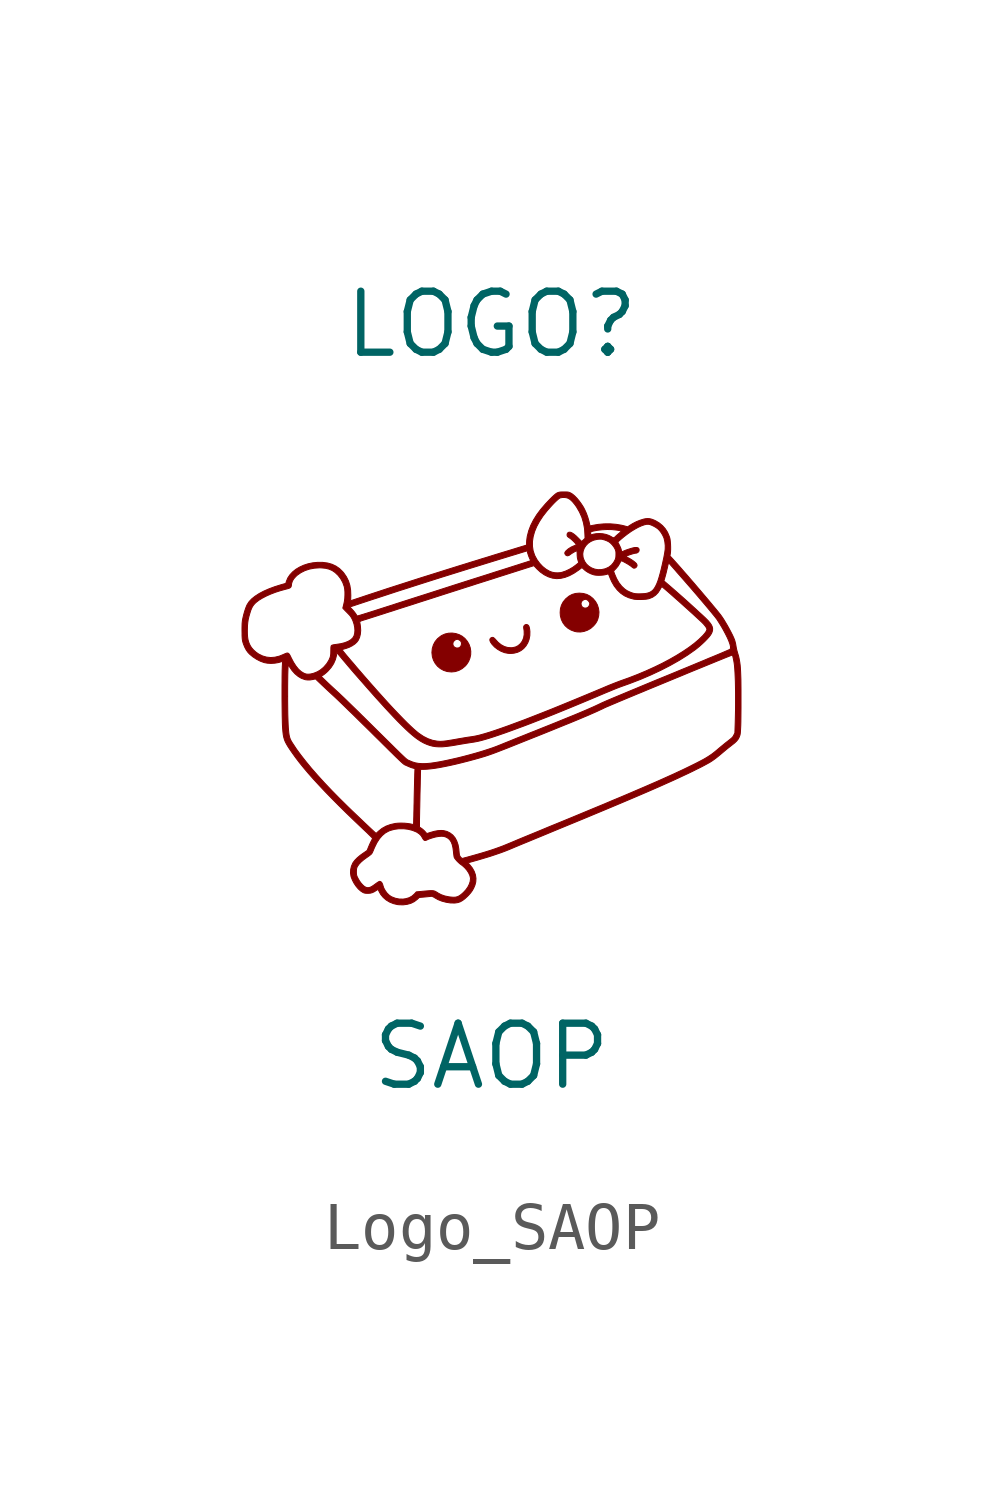
<source format=kicad_sym>
(kicad_symbol_lib
  (version 20231120)
  (generator "kicad_symbol_editor")
  (generator_version "8.0")
  (symbol "Logo_SAOP"
    (pin_names
      (offset 1.016))
    (property "Reference" "LOGO"
      (at 0 7.62 0)
      (effects (font (size 1.27 1.27))))
    (property "Value" "SAOP"
      (at 0 -7.62 0)
      (effects (font (size 1.27 1.27))))
    (symbol "Logo_SAOP_0_0"
      (polyline (pts (xy 0.412 0.769) (xy 0.45 0.772) (xy 0.473 0.775) (xy 0.546 0.794) (xy 0.612 0.827) (xy 0.669 0.871) (xy 0.717 0.926) (xy 0.755 0.99) (xy 0.782 1.061) (xy 0.797 1.139) (xy 0.799 1.222) (xy 0.799 1.223) (xy 0.793 1.278) (xy 0.784 1.32) (xy 0.771 1.348) (xy 0.753 1.364) (xy 0.726 1.372) (xy 0.699 1.365) (xy 0.678 1.346) (xy 0.678 1.345) (xy 0.672 1.333) (xy 0.669 1.319) (xy 0.67 1.298) (xy 0.675 1.266) (xy 0.679 1.238) (xy 0.68 1.161) (xy 0.668 1.091) (xy 0.642 1.028) (xy 0.603 0.973) (xy 0.598 0.969) (xy 0.553 0.93) (xy 0.503 0.904) (xy 0.444 0.89) (xy 0.411 0.887) (xy 0.339 0.892) (xy 0.269 0.912) (xy 0.202 0.948) (xy 0.138 0.999) (xy 0.077 1.066) (xy 0.061 1.083) (xy 0.036 1.101) (xy 0.012 1.103) (xy -0.013 1.092) (xy -0.018 1.088) (xy -0.034 1.066) (xy -0.034 1.038) (xy -0.021 1.005) (xy 0.01 0.96) (xy 0.063 0.903) (xy 0.127 0.854) (xy 0.197 0.814) (xy 0.271 0.785) (xy 0.345 0.771) (xy 0.373 0.769) (xy 0.412 0.769)) (stroke (width 0.01) (type default)) (fill (type outline)))
      (polyline (pts (xy -0.756 0.391) (xy -0.682 0.414) (xy -0.613 0.452) (xy -0.55 0.504) (xy -0.52 0.537) (xy -0.478 0.601) (xy -0.45 0.67) (xy -0.434 0.741) (xy -0.432 0.814) (xy -0.443 0.886) (xy -0.467 0.955) (xy -0.503 1.019) (xy -0.551 1.077) (xy -0.612 1.127) (xy -0.674 1.16) (xy -0.746 1.183) (xy -0.82 1.193) (xy -0.894 1.19) (xy -0.966 1.174) (xy -1.032 1.145) (xy -1.062 1.126) (xy -1.125 1.075) (xy -1.174 1.015) (xy -1.199 0.968) (xy -0.806 0.968) (xy -0.799 1.002) (xy -0.793 1.013) (xy -0.771 1.039) (xy -0.743 1.057) (xy -0.714 1.064) (xy -0.705 1.062) (xy -0.678 1.052) (xy -0.652 1.035) (xy -0.635 1.015) (xy -0.63 1.004) (xy -0.625 0.971) (xy -0.631 0.938) (xy -0.647 0.909) (xy -0.671 0.89) (xy -0.691 0.883) (xy -0.726 0.881) (xy -0.757 0.891) (xy -0.783 0.91) (xy -0.8 0.936) (xy -0.806 0.968) (xy -1.199 0.968) (xy -1.21 0.947) (xy -1.233 0.872) (xy -1.241 0.79) (xy -1.24 0.775) (xy -1.231 0.698) (xy -1.207 0.625) (xy -1.171 0.56) (xy -1.124 0.502) (xy -1.066 0.454) (xy -1 0.417) (xy -0.927 0.393) (xy -0.914 0.391) (xy -0.833 0.383) (xy -0.756 0.391)) (stroke (width 0.01) (type default)) (fill (type outline)))
      (polyline (pts (xy 1.926 1.227) (xy 1.997 1.252) (xy 2.063 1.289) (xy 2.12 1.339) (xy 2.15 1.372) (xy 2.177 1.409) (xy 2.198 1.446) (xy 2.215 1.49) (xy 2.231 1.554) (xy 2.237 1.63) (xy 2.227 1.706) (xy 2.204 1.779) (xy 2.166 1.848) (xy 2.115 1.909) (xy 2.111 1.913) (xy 2.05 1.962) (xy 1.984 1.997) (xy 1.91 2.017) (xy 1.829 2.024) (xy 1.824 2.024) (xy 1.748 2.017) (xy 1.679 1.997) (xy 1.615 1.963) (xy 1.553 1.913) (xy 1.54 1.9) (xy 1.491 1.84) (xy 1.472 1.803) (xy 1.863 1.803) (xy 1.863 1.805) (xy 1.871 1.841) (xy 1.892 1.869) (xy 1.926 1.889) (xy 1.93 1.89) (xy 1.951 1.895) (xy 1.967 1.894) (xy 1.989 1.885) (xy 2.012 1.869) (xy 2.035 1.838) (xy 2.037 1.835) (xy 2.045 1.814) (xy 2.046 1.797) (xy 2.039 1.776) (xy 2.037 1.77) (xy 2.024 1.746) (xy 2.008 1.73) (xy 1.981 1.716) (xy 1.947 1.712) (xy 1.915 1.719) (xy 1.888 1.738) (xy 1.87 1.767) (xy 1.863 1.803) (xy 1.472 1.803) (xy 1.456 1.773) (xy 1.435 1.7) (xy 1.429 1.619) (xy 1.434 1.55) (xy 1.454 1.475) (xy 1.487 1.407) (xy 1.532 1.346) (xy 1.589 1.295) (xy 1.656 1.255) (xy 1.732 1.227) (xy 1.778 1.218) (xy 1.852 1.215) (xy 1.926 1.227)) (stroke (width 0.01) (type default)) (fill (type outline)))
      (polyline (pts (xy -1.756 -4.455) (xy -1.677 -4.433) (xy -1.607 -4.398) (xy -1.546 -4.351) (xy -1.504 -4.312) (xy -1.401 -4.303) (xy -1.399 -4.303) (xy -1.357 -4.299) (xy -1.318 -4.295) (xy -1.286 -4.292) (xy -1.266 -4.289) (xy -1.257 -4.288) (xy -1.242 -4.289) (xy -1.224 -4.295) (xy -1.202 -4.306) (xy -1.171 -4.325) (xy -1.114 -4.357) (xy -1.033 -4.389) (xy -0.945 -4.412) (xy -0.856 -4.426) (xy -0.769 -4.428) (xy -0.75 -4.426) (xy -0.698 -4.418) (xy -0.649 -4.401) (xy -0.602 -4.374) (xy -0.553 -4.337) (xy -0.499 -4.287) (xy -0.48 -4.268) (xy -0.434 -4.216) (xy -0.398 -4.166) (xy -0.37 -4.114) (xy -0.345 -4.055) (xy -0.328 -3.989) (xy -0.324 -3.915) (xy -0.335 -3.841) (xy -0.361 -3.768) (xy -0.401 -3.697) (xy -0.456 -3.628) (xy -0.491 -3.591) (xy -0.299 -3.537) (xy -0.281 -3.532) (xy -0.154 -3.494) (xy -0.031 -3.457) (xy 0.086 -3.418) (xy 0.194 -3.381) (xy 0.29 -3.345) (xy 0.373 -3.312) (xy 0.398 -3.301) (xy 0.439 -3.284) (xy 0.486 -3.264) (xy 0.539 -3.242) (xy 0.601 -3.216) (xy 0.671 -3.187) (xy 0.75 -3.155) (xy 0.839 -3.118) (xy 0.938 -3.077) (xy 1.05 -3.031) (xy 1.173 -2.98) (xy 1.31 -2.923) (xy 1.46 -2.861) (xy 1.654 -2.781) (xy 1.897 -2.681) (xy 2.127 -2.585) (xy 2.343 -2.495) (xy 2.546 -2.41) (xy 2.738 -2.329) (xy 2.917 -2.253) (xy 3.086 -2.181) (xy 3.244 -2.113) (xy 3.391 -2.049) (xy 3.53 -1.988) (xy 3.659 -1.93) (xy 3.78 -1.876) (xy 3.893 -1.824) (xy 3.999 -1.774) (xy 4.098 -1.728) (xy 4.191 -1.683) (xy 4.278 -1.639) (xy 4.299 -1.629) (xy 4.375 -1.591) (xy 4.439 -1.557) (xy 4.494 -1.527) (xy 4.543 -1.5) (xy 4.587 -1.472) (xy 4.629 -1.443) (xy 4.671 -1.412) (xy 4.715 -1.377) (xy 4.765 -1.336) (xy 4.822 -1.288) (xy 4.847 -1.267) (xy 4.891 -1.23) (xy 4.936 -1.194) (xy 4.977 -1.162) (xy 5.01 -1.136) (xy 5.062 -1.095) (xy 5.102 -1.057) (xy 5.132 -1.02) (xy 5.154 -0.98) (xy 5.171 -0.936) (xy 5.171 -0.936) (xy 5.176 -0.915) (xy 5.18 -0.886) (xy 5.183 -0.846) (xy 5.186 -0.796) (xy 5.189 -0.735) (xy 5.191 -0.662) (xy 5.192 -0.576) (xy 5.193 -0.478) (xy 5.194 -0.365) (xy 5.194 -0.238) (xy 5.194 -0.095) (xy 5.194 0.007) (xy 5.193 0.121) (xy 5.192 0.222) (xy 5.189 0.311) (xy 5.186 0.389) (xy 5.182 0.459) (xy 5.177 0.52) (xy 5.17 0.575) (xy 5.162 0.624) (xy 5.153 0.67) (xy 5.143 0.714) (xy 5.13 0.757) (xy 5.117 0.801) (xy 5.107 0.837) (xy 5.1 0.867) (xy 5.094 0.898) (xy 5.088 0.934) (xy 5.083 0.965) (xy 5.073 1.006) (xy 5.063 1.042) (xy 5.062 1.046) (xy 5.043 1.093) (xy 5.017 1.15) (xy 4.985 1.213) (xy 4.949 1.281) (xy 4.911 1.35) (xy 4.871 1.417) (xy 4.833 1.48) (xy 4.796 1.535) (xy 4.764 1.58) (xy 4.755 1.59) (xy 4.721 1.633) (xy 4.677 1.687) (xy 4.625 1.749) (xy 4.567 1.819) (xy 4.504 1.894) (xy 4.436 1.974) (xy 4.365 2.058) (xy 4.292 2.143) (xy 4.219 2.229) (xy 4.146 2.313) (xy 4.075 2.396) (xy 4.006 2.474) (xy 3.942 2.548) (xy 3.883 2.615) (xy 3.83 2.674) (xy 3.785 2.724) (xy 3.715 2.8) (xy 3.724 2.854) (xy 3.727 2.886) (xy 3.729 2.933) (xy 3.729 2.986) (xy 3.727 3.041) (xy 3.723 3.093) (xy 3.718 3.138) (xy 3.712 3.171) (xy 3.709 3.179) (xy 3.698 3.212) (xy 3.682 3.25) (xy 3.666 3.286) (xy 3.66 3.298) (xy 3.616 3.366) (xy 3.56 3.429) (xy 3.495 3.483) (xy 3.424 3.526) (xy 3.389 3.543) (xy 3.338 3.563) (xy 3.293 3.574) (xy 3.249 3.577) (xy 3.204 3.573) (xy 3.166 3.565) (xy 3.092 3.542) (xy 3.015 3.511) (xy 2.939 3.472) (xy 2.868 3.428) (xy 2.835 3.405) (xy 2.761 3.425) (xy 2.712 3.437) (xy 2.593 3.457) (xy 2.468 3.467) (xy 2.341 3.466) (xy 2.217 3.455) (xy 2.099 3.434) (xy 2.077 3.429) (xy 2.058 3.425) (xy 2.051 3.424) (xy 2.05 3.428) (xy 2.046 3.445) (xy 2.04 3.471) (xy 2.032 3.505) (xy 2.031 3.511) (xy 2.006 3.599) (xy 1.975 3.686) (xy 1.938 3.767) (xy 1.913 3.815) (xy 1.871 3.88) (xy 1.826 3.942) (xy 1.779 3.999) (xy 1.732 4.047) (xy 1.687 4.085) (xy 1.646 4.11) (xy 1.638 4.113) (xy 1.618 4.122) (xy 1.599 4.127) (xy 1.576 4.13) (xy 1.546 4.131) (xy 1.504 4.131) (xy 1.479 4.131) (xy 1.442 4.13) (xy 1.411 4.126) (xy 1.383 4.118) (xy 1.357 4.106) (xy 1.329 4.086) (xy 1.298 4.059) (xy 1.26 4.024) (xy 1.214 3.978) (xy 1.122 3.881) (xy 1.024 3.767) (xy 0.941 3.655) (xy 0.872 3.544) (xy 0.817 3.435) (xy 0.775 3.325) (xy 0.746 3.215) (xy 0.743 3.2) (xy 0.737 3.156) (xy 0.732 3.115) (xy 0.73 3.081) (xy 0.73 3.025) (xy 0.653 3.001) (xy 0.652 3.001) (xy 0.852 3.001) (xy 0.852 3.099) (xy 0.867 3.2) (xy 0.896 3.304) (xy 0.94 3.41) (xy 0.999 3.519) (xy 1.071 3.628) (xy 1.158 3.739) (xy 1.181 3.765) (xy 1.224 3.814) (xy 1.267 3.861) (xy 1.308 3.904) (xy 1.346 3.941) (xy 1.379 3.971) (xy 1.405 3.993) (xy 1.423 4.004) (xy 1.434 4.008) (xy 1.472 4.015) (xy 1.516 4.016) (xy 1.558 4.011) (xy 1.591 4.001) (xy 1.592 4.001) (xy 1.638 3.973) (xy 1.684 3.93) (xy 1.732 3.872) (xy 1.77 3.819) (xy 1.832 3.712) (xy 1.881 3.602) (xy 1.915 3.486) (xy 1.937 3.364) (xy 1.943 3.27) (xy 2.064 3.27) (xy 2.064 3.28) (xy 2.067 3.295) (xy 2.076 3.304) (xy 2.097 3.31) (xy 2.118 3.316) (xy 2.208 3.333) (xy 2.306 3.344) (xy 2.407 3.349) (xy 2.505 3.347) (xy 2.595 3.338) (xy 2.629 3.333) (xy 2.661 3.327) (xy 2.685 3.322) (xy 2.697 3.319) (xy 2.699 3.316) (xy 2.696 3.307) (xy 2.681 3.292) (xy 2.654 3.268) (xy 2.646 3.262) (xy 2.618 3.238) (xy 2.593 3.216) (xy 2.576 3.2) (xy 2.572 3.195) (xy 2.555 3.181) (xy 2.539 3.177) (xy 2.52 3.183) (xy 2.492 3.2) (xy 2.49 3.201) (xy 2.463 3.216) (xy 2.428 3.231) (xy 2.393 3.243) (xy 2.381 3.247) (xy 2.317 3.26) (xy 2.249 3.265) (xy 2.182 3.262) (xy 2.122 3.252) (xy 2.098 3.245) (xy 2.078 3.24) (xy 2.068 3.239) (xy 2.067 3.239) (xy 2.065 3.25) (xy 2.064 3.27) (xy 1.943 3.27) (xy 1.945 3.232) (xy 1.947 3.166) (xy 1.912 3.132) (xy 1.877 3.099) (xy 1.802 3.175) (xy 1.756 3.22) (xy 1.71 3.257) (xy 1.67 3.282) (xy 1.637 3.293) (xy 1.61 3.292) (xy 1.587 3.278) (xy 1.586 3.277) (xy 1.574 3.254) (xy 1.573 3.228) (xy 1.581 3.205) (xy 1.587 3.2) (xy 1.604 3.186) (xy 1.626 3.171) (xy 1.635 3.165) (xy 1.658 3.147) (xy 1.683 3.125) (xy 1.708 3.101) (xy 1.732 3.077) (xy 1.75 3.055) (xy 1.762 3.04) (xy 1.764 3.032) (xy 1.754 3.026) (xy 1.734 3.016) (xy 1.707 3.005) (xy 1.658 2.983) (xy 1.599 2.946) (xy 1.552 2.905) (xy 1.537 2.887) (xy 1.526 2.865) (xy 1.527 2.845) (xy 1.54 2.823) (xy 1.555 2.809) (xy 1.581 2.801) (xy 1.61 2.808) (xy 1.641 2.829) (xy 1.658 2.842) (xy 1.683 2.858) (xy 1.711 2.875) (xy 1.739 2.89) (xy 1.762 2.901) (xy 1.776 2.905) (xy 1.778 2.903) (xy 1.78 2.889) (xy 1.782 2.864) (xy 1.783 2.841) (xy 1.899 2.841) (xy 1.909 2.903) (xy 1.931 2.961) (xy 1.965 3.014) (xy 2.01 3.061) (xy 2.065 3.099) (xy 2.128 3.127) (xy 2.198 3.143) (xy 2.233 3.147) (xy 2.267 3.148) (xy 2.294 3.147) (xy 2.316 3.142) (xy 2.361 3.129) (xy 2.407 3.111) (xy 2.445 3.091) (xy 2.446 3.091) (xy 2.48 3.064) (xy 2.516 3.027) (xy 2.547 2.986) (xy 2.57 2.947) (xy 2.571 2.945) (xy 2.581 2.92) (xy 2.588 2.896) (xy 2.591 2.868) (xy 2.591 2.83) (xy 2.591 2.826) (xy 2.59 2.789) (xy 2.587 2.762) (xy 2.581 2.738) (xy 2.57 2.712) (xy 2.54 2.659) (xy 2.494 2.605) (xy 2.438 2.563) (xy 2.371 2.533) (xy 2.362 2.53) (xy 2.289 2.514) (xy 2.218 2.512) (xy 2.149 2.524) (xy 2.085 2.548) (xy 2.028 2.583) (xy 1.978 2.628) (xy 1.939 2.684) (xy 1.912 2.748) (xy 1.905 2.777) (xy 1.899 2.841) (xy 1.783 2.841) (xy 1.783 2.832) (xy 1.783 2.813) (xy 1.788 2.757) (xy 1.8 2.709) (xy 1.816 2.659) (xy 1.783 2.631) (xy 1.766 2.617) (xy 1.695 2.564) (xy 1.618 2.519) (xy 1.539 2.482) (xy 1.464 2.457) (xy 1.439 2.451) (xy 1.377 2.446) (xy 1.315 2.449) (xy 1.258 2.461) (xy 1.202 2.483) (xy 1.131 2.525) (xy 1.064 2.579) (xy 1.003 2.644) (xy 0.949 2.717) (xy 0.905 2.797) (xy 0.896 2.817) (xy 0.866 2.907) (xy 0.852 3.001) (xy 0.652 3.001) (xy 0.646 2.999) (xy 0.501 2.955) (xy 0.369 2.914) (xy 0.249 2.878) (xy 0.142 2.845) (xy 0.044 2.815) (xy -0.045 2.787) (xy -0.126 2.762) (xy -0.2 2.74) (xy -0.269 2.718) (xy -0.334 2.698) (xy -0.397 2.679) (xy -0.458 2.66) (xy -0.518 2.641) (xy -0.58 2.622) (xy -0.674 2.593) (xy -0.952 2.506) (xy -1.216 2.423) (xy -1.468 2.344) (xy -1.708 2.267) (xy -1.938 2.193) (xy -2.159 2.122) (xy -2.371 2.052) (xy -2.578 1.984) (xy -2.778 1.917) (xy -2.791 1.913) (xy -2.836 1.898) (xy -2.875 1.885) (xy -2.905 1.875) (xy -2.925 1.868) (xy -2.933 1.865) (xy -2.933 1.866) (xy -2.933 1.878) (xy -2.932 1.902) (xy -2.931 1.935) (xy -2.93 1.974) (xy -2.93 1.98) (xy -2.934 2.088) (xy -2.95 2.188) (xy -2.979 2.279) (xy -3.022 2.365) (xy -3.077 2.445) (xy -3.1 2.472) (xy -3.166 2.536) (xy -3.24 2.587) (xy -3.321 2.625) (xy -3.412 2.651) (xy -3.512 2.664) (xy -3.622 2.665) (xy -3.723 2.655) (xy -3.82 2.635) (xy -3.912 2.605) (xy -3.997 2.566) (xy -4.074 2.52) (xy -4.141 2.466) (xy -4.197 2.406) (xy -4.241 2.341) (xy -4.27 2.272) (xy -4.284 2.227) (xy -4.386 2.198) (xy -4.514 2.158) (xy -4.635 2.113) (xy -4.744 2.065) (xy -4.84 2.014) (xy -4.923 1.96) (xy -4.992 1.905) (xy -5.046 1.848) (xy -5.085 1.789) (xy -5.098 1.763) (xy -5.119 1.71) (xy -5.14 1.646) (xy -5.16 1.576) (xy -5.177 1.503) (xy -5.182 1.479) (xy -5.187 1.45) (xy -5.19 1.421) (xy -5.193 1.389) (xy -5.194 1.351) (xy -5.195 1.303) (xy -5.195 1.25) (xy -5.084 1.25) (xy -5.083 1.279) (xy -5.081 1.351) (xy -5.075 1.415) (xy -5.066 1.475) (xy -5.051 1.538) (xy -5.031 1.607) (xy -5.015 1.659) (xy -4.996 1.706) (xy -4.977 1.744) (xy -4.954 1.777) (xy -4.927 1.808) (xy -4.901 1.832) (xy -4.843 1.877) (xy -4.771 1.921) (xy -4.688 1.964) (xy -4.596 2.005) (xy -4.496 2.043) (xy -4.39 2.077) (xy -4.28 2.107) (xy -4.276 2.108) (xy -4.234 2.119) (xy -4.205 2.129) (xy -4.186 2.141) (xy -4.175 2.156) (xy -4.168 2.177) (xy -4.165 2.206) (xy -4.162 2.226) (xy -4.146 2.275) (xy -4.118 2.322) (xy -4.076 2.369) (xy -4.045 2.398) (xy -3.969 2.451) (xy -3.883 2.494) (xy -3.789 2.525) (xy -3.687 2.544) (xy -3.58 2.551) (xy -3.542 2.55) (xy -3.458 2.542) (xy -3.384 2.524) (xy -3.317 2.495) (xy -3.257 2.454) (xy -3.2 2.4) (xy -3.198 2.399) (xy -3.142 2.327) (xy -3.097 2.246) (xy -3.066 2.159) (xy -3.066 2.159) (xy -3.057 2.11) (xy -3.052 2.051) (xy -3.052 1.985) (xy -3.055 1.918) (xy -3.063 1.854) (xy -3.075 1.798) (xy -3.081 1.774) (xy -3.088 1.744) (xy -3.09 1.736) (xy -2.95 1.736) (xy -2.442 1.904) (xy -2.415 1.912) (xy -2.186 1.987) (xy -1.958 2.062) (xy -1.729 2.135) (xy -1.498 2.209) (xy -1.263 2.284) (xy -1.023 2.36) (xy -0.775 2.437) (xy -0.519 2.517) (xy -0.253 2.599) (xy 0.025 2.685) (xy 0.318 2.775) (xy 0.357 2.787) (xy 0.432 2.81) (xy 0.503 2.831) (xy 0.567 2.851) (xy 0.622 2.868) (xy 0.668 2.882) (xy 0.704 2.893) (xy 0.727 2.9) (xy 0.736 2.903) (xy 0.742 2.903) (xy 0.746 2.892) (xy 0.747 2.882) (xy 0.753 2.858) (xy 0.763 2.827) (xy 0.775 2.792) (xy 0.788 2.76) (xy 0.8 2.733) (xy 0.817 2.7) (xy 0.744 2.676) (xy 0.733 2.672) (xy 0.704 2.663) (xy 0.662 2.65) (xy 0.609 2.633) (xy 0.548 2.613) (xy 0.478 2.591) (xy 0.403 2.567) (xy 0.324 2.542) (xy 0.242 2.516) (xy 0.233 2.513) (xy 0.09 2.468) (xy -0.065 2.418) (xy -0.232 2.365) (xy -0.409 2.309) (xy -0.594 2.25) (xy -0.785 2.189) (xy -0.98 2.126) (xy -1.179 2.062) (xy -1.378 1.998) (xy -1.576 1.935) (xy -1.773 1.872) (xy -1.965 1.81) (xy -1.966 1.81) (xy -2.062 1.778) (xy -2.157 1.748) (xy -2.248 1.719) (xy -2.335 1.691) (xy -2.415 1.665) (xy -2.487 1.642) (xy -2.551 1.622) (xy -2.604 1.605) (xy -2.644 1.593) (xy -2.671 1.584) (xy -2.696 1.577) (xy -2.734 1.565) (xy -2.765 1.556) (xy -2.786 1.55) (xy -2.794 1.548) (xy -2.8 1.554) (xy -2.811 1.57) (xy -2.826 1.593) (xy -2.828 1.596) (xy -2.849 1.625) (xy -2.875 1.657) (xy -2.902 1.687) (xy -2.95 1.736) (xy -3.09 1.736) (xy -3.094 1.722) (xy -3.096 1.713) (xy -3.095 1.711) (xy -3.085 1.699) (xy -3.067 1.68) (xy -3.042 1.654) (xy -3.013 1.625) (xy -3.009 1.621) (xy -2.975 1.586) (xy -2.949 1.558) (xy -2.93 1.533) (xy -2.914 1.507) (xy -2.898 1.476) (xy -2.885 1.447) (xy -2.863 1.381) (xy -2.849 1.313) (xy -2.844 1.247) (xy -2.849 1.187) (xy -2.863 1.135) (xy -2.864 1.133) (xy -2.89 1.09) (xy -2.932 1.052) (xy -2.986 1.02) (xy -3.054 0.993) (xy -3.134 0.972) (xy -3.225 0.958) (xy -3.256 0.954) (xy -3.294 0.948) (xy -3.319 0.941) (xy -3.332 0.934) (xy -3.337 0.927) (xy -3.341 0.915) (xy -3.344 0.896) (xy -3.345 0.866) (xy -3.345 0.846) (xy -3.108 0.846) (xy -3.107 0.848) (xy -3.102 0.851) (xy -3.084 0.857) (xy -3.06 0.864) (xy -3.028 0.873) (xy -2.962 0.897) (xy -2.901 0.928) (xy -2.847 0.964) (xy -2.806 1.002) (xy -2.776 1.041) (xy -2.748 1.101) (xy -2.731 1.17) (xy -2.724 1.247) (xy -2.729 1.328) (xy -2.731 1.343) (xy -2.736 1.376) (xy -2.74 1.403) (xy -2.743 1.418) (xy -2.743 1.419) (xy -2.744 1.426) (xy -2.741 1.432) (xy -2.731 1.438) (xy -2.713 1.446) (xy -2.684 1.456) (xy -2.642 1.469) (xy -2.625 1.474) (xy -2.59 1.485) (xy -2.543 1.5) (xy -2.484 1.519) (xy -2.415 1.541) (xy -2.337 1.566) (xy -2.252 1.593) (xy -2.161 1.623) (xy -2.064 1.653) (xy -1.964 1.686) (xy -1.861 1.719) (xy -1.836 1.727) (xy -1.65 1.786) (xy -1.478 1.842) (xy -1.318 1.893) (xy -1.169 1.941) (xy -1.029 1.986) (xy -0.898 2.028) (xy -0.773 2.068) (xy -0.654 2.106) (xy -0.54 2.143) (xy -0.428 2.178) (xy -0.318 2.214) (xy -0.208 2.249) (xy -0.097 2.284) (xy 0.017 2.32) (xy 0.134 2.358) (xy 0.257 2.397) (xy 0.882 2.596) (xy 0.939 2.536) (xy 0.943 2.531) (xy 1.018 2.462) (xy 1.098 2.406) (xy 1.182 2.364) (xy 1.268 2.337) (xy 1.274 2.336) (xy 1.356 2.326) (xy 1.442 2.332) (xy 1.532 2.353) (xy 1.623 2.388) (xy 1.716 2.438) (xy 1.811 2.502) (xy 1.883 2.556) (xy 1.93 2.513) (xy 1.954 2.492) (xy 1.968 2.483) (xy 2.541 2.483) (xy 2.591 2.535) (xy 2.634 2.586) (xy 2.668 2.643) (xy 2.678 2.663) (xy 2.69 2.684) (xy 2.7 2.694) (xy 2.709 2.696) (xy 2.717 2.693) (xy 2.74 2.683) (xy 2.771 2.666) (xy 2.806 2.647) (xy 2.842 2.626) (xy 2.874 2.605) (xy 2.9 2.587) (xy 2.916 2.575) (xy 2.922 2.569) (xy 2.942 2.554) (xy 2.958 2.545) (xy 2.961 2.544) (xy 2.986 2.546) (xy 3.009 2.559) (xy 3.025 2.582) (xy 3.03 2.596) (xy 3.029 2.612) (xy 3.02 2.633) (xy 3.013 2.643) (xy 2.991 2.664) (xy 2.959 2.69) (xy 2.921 2.716) (xy 2.878 2.743) (xy 2.834 2.766) (xy 2.792 2.788) (xy 2.825 2.803) (xy 2.847 2.812) (xy 2.883 2.825) (xy 2.921 2.837) (xy 2.958 2.848) (xy 2.988 2.855) (xy 3.008 2.857) (xy 3.023 2.859) (xy 3.049 2.873) (xy 3.067 2.894) (xy 3.074 2.922) (xy 3.069 2.946) (xy 3.054 2.965) (xy 3.027 2.974) (xy 2.988 2.974) (xy 2.977 2.973) (xy 2.94 2.965) (xy 2.895 2.952) (xy 2.845 2.936) (xy 2.793 2.918) (xy 2.745 2.898) (xy 2.708 2.883) (xy 2.703 2.919) (xy 2.701 2.926) (xy 2.693 2.954) (xy 2.679 2.987) (xy 2.663 3.021) (xy 2.629 3.088) (xy 2.67 3.124) (xy 2.685 3.138) (xy 2.759 3.2) (xy 2.835 3.258) (xy 2.91 3.311) (xy 2.984 3.356) (xy 3.054 3.395) (xy 3.12 3.425) (xy 3.179 3.446) (xy 3.23 3.458) (xy 3.272 3.458) (xy 3.303 3.45) (xy 3.342 3.435) (xy 3.384 3.414) (xy 3.424 3.391) (xy 3.458 3.366) (xy 3.462 3.364) (xy 3.498 3.328) (xy 3.533 3.282) (xy 3.563 3.232) (xy 3.586 3.183) (xy 3.594 3.16) (xy 3.609 3.091) (xy 3.617 3.016) (xy 3.616 2.941) (xy 3.616 2.94) (xy 3.612 2.909) (xy 3.606 2.867) (xy 3.597 2.817) (xy 3.587 2.763) (xy 3.575 2.709) (xy 3.561 2.643) (xy 3.535 2.531) (xy 3.51 2.433) (xy 3.486 2.348) (xy 3.463 2.276) (xy 3.439 2.215) (xy 3.414 2.164) (xy 3.389 2.122) (xy 3.362 2.089) (xy 3.332 2.063) (xy 3.3 2.044) (xy 3.265 2.03) (xy 3.226 2.02) (xy 3.196 2.015) (xy 3.153 2.012) (xy 3.105 2.01) (xy 3.058 2.009) (xy 3.016 2.011) (xy 2.985 2.014) (xy 2.953 2.021) (xy 2.907 2.036) (xy 2.861 2.056) (xy 2.821 2.076) (xy 2.773 2.109) (xy 2.709 2.169) (xy 2.652 2.242) (xy 2.603 2.328) (xy 2.561 2.426) (xy 2.541 2.483) (xy 1.968 2.483) (xy 2.01 2.455) (xy 2.072 2.425) (xy 2.135 2.404) (xy 2.175 2.398) (xy 2.227 2.395) (xy 2.283 2.397) (xy 2.337 2.402) (xy 2.382 2.411) (xy 2.434 2.426) (xy 2.468 2.341) (xy 2.502 2.264) (xy 2.556 2.17) (xy 2.619 2.09) (xy 2.69 2.022) (xy 2.769 1.968) (xy 2.857 1.928) (xy 2.953 1.901) (xy 2.98 1.896) (xy 3.033 1.892) (xy 3.094 1.891) (xy 3.155 1.893) (xy 3.213 1.897) (xy 3.262 1.905) (xy 3.287 1.912) (xy 3.355 1.94) (xy 3.416 1.982) (xy 3.468 2.036) (xy 3.511 2.103) (xy 3.515 2.111) (xy 3.529 2.135) (xy 3.54 2.152) (xy 3.545 2.159) (xy 3.55 2.156) (xy 3.566 2.144) (xy 3.592 2.122) (xy 3.626 2.093) (xy 3.668 2.057) (xy 3.716 2.015) (xy 3.769 1.968) (xy 3.826 1.917) (xy 3.887 1.864) (xy 3.949 1.808) (xy 4.011 1.752) (xy 4.073 1.697) (xy 4.133 1.642) (xy 4.191 1.59) (xy 4.244 1.541) (xy 4.293 1.496) (xy 4.335 1.457) (xy 4.37 1.425) (xy 4.396 1.399) (xy 4.412 1.383) (xy 4.429 1.363) (xy 4.46 1.325) (xy 4.478 1.294) (xy 4.485 1.271) (xy 4.482 1.256) (xy 4.468 1.226) (xy 4.441 1.188) (xy 4.402 1.143) (xy 4.396 1.137) (xy 4.313 1.056) (xy 4.217 0.975) (xy 4.106 0.892) (xy 3.983 0.809) (xy 3.849 0.726) (xy 3.704 0.643) (xy 3.551 0.562) (xy 3.388 0.483) (xy 3.219 0.406) (xy 3.043 0.332) (xy 2.863 0.262) (xy 2.678 0.196) (xy 2.662 0.19) (xy 2.623 0.175) (xy 2.573 0.156) (xy 2.515 0.133) (xy 2.452 0.108) (xy 2.387 0.081) (xy 2.322 0.053) (xy 2.198 0.001) (xy 1.946 -0.104) (xy 1.705 -0.204) (xy 1.476 -0.298) (xy 1.258 -0.387) (xy 1.051 -0.469) (xy 0.857 -0.545) (xy 0.675 -0.616) (xy 0.505 -0.679) (xy 0.349 -0.737) (xy 0.205 -0.788) (xy 0.075 -0.833) (xy -0.041 -0.871) (xy -0.143 -0.902) (xy -0.157 -0.906) (xy -0.218 -0.923) (xy -0.27 -0.937) (xy -0.315 -0.947) (xy -0.36 -0.956) (xy -0.408 -0.964) (xy -0.464 -0.972) (xy -0.467 -0.972) (xy -0.506 -0.978) (xy -0.556 -0.986) (xy -0.613 -0.996) (xy -0.673 -1.006) (xy -0.73 -1.016) (xy -0.74 -1.018) (xy -0.796 -1.028) (xy -0.85 -1.037) (xy -0.901 -1.045) (xy -0.942 -1.052) (xy -0.972 -1.055) (xy -0.984 -1.057) (xy -1.02 -1.06) (xy -1.053 -1.062) (xy -1.076 -1.062) (xy -1.131 -1.058) (xy -1.227 -1.04) (xy -1.322 -1.007) (xy -1.417 -0.959) (xy -1.512 -0.895) (xy -1.552 -0.863) (xy -1.613 -0.811) (xy -1.682 -0.747) (xy -1.76 -0.672) (xy -1.846 -0.585) (xy -1.94 -0.488) (xy -2.042 -0.381) (xy -2.151 -0.263) (xy -2.266 -0.136) (xy -2.388 0.0001) (xy -2.516 0.145) (xy -2.65 0.298) (xy -2.789 0.459) (xy -2.815 0.489) (xy -2.877 0.563) (xy -2.931 0.625) (xy -2.976 0.678) (xy -3.013 0.722) (xy -3.042 0.757) (xy -3.065 0.785) (xy -3.083 0.807) (xy -3.095 0.823) (xy -3.103 0.834) (xy -3.107 0.841) (xy -3.108 0.846) (xy -3.345 0.846) (xy -3.346 0.823) (xy -3.346 0.809) (xy -3.347 0.766) (xy -3.35 0.733) (xy -3.355 0.706) (xy -3.362 0.682) (xy -3.386 0.627) (xy -3.43 0.556) (xy -3.489 0.488) (xy -3.508 0.47) (xy -3.564 0.424) (xy -3.624 0.388) (xy -3.692 0.36) (xy -3.724 0.35) (xy -3.776 0.339) (xy -3.823 0.336) (xy -3.862 0.34) (xy -3.905 0.356) (xy -3.962 0.39) (xy -4.018 0.44) (xy -4.071 0.505) (xy -4.122 0.584) (xy -4.171 0.677) (xy -4.19 0.717) (xy -4.208 0.749) (xy -4.225 0.768) (xy -4.243 0.777) (xy -4.266 0.775) (xy -4.296 0.764) (xy -4.335 0.746) (xy -4.419 0.712) (xy -4.51 0.69) (xy -4.598 0.683) (xy -4.684 0.692) (xy -4.767 0.716) (xy -4.846 0.755) (xy -4.85 0.757) (xy -4.906 0.797) (xy -4.956 0.842) (xy -4.998 0.89) (xy -5.027 0.937) (xy -5.044 0.973) (xy -5.06 1.017) (xy -5.072 1.063) (xy -5.079 1.115) (xy -5.083 1.177) (xy -5.084 1.25) (xy -5.195 1.25) (xy -5.195 1.242) (xy -5.194 1.188) (xy -5.194 1.141) (xy -5.192 1.103) (xy -5.19 1.074) (xy -5.187 1.05) (xy -5.183 1.027) (xy -5.177 1.004) (xy -5.165 0.966) (xy -5.138 0.899) (xy -5.106 0.839) (xy -5.071 0.791) (xy -5.036 0.754) (xy -4.969 0.698) (xy -4.893 0.648) (xy -4.813 0.607) (xy -4.733 0.578) (xy -4.669 0.566) (xy -4.592 0.561) (xy -4.512 0.566) (xy -4.434 0.579) (xy -4.363 0.6) (xy -4.359 0.601) (xy -4.355 0.6) (xy -4.352 0.593) (xy -4.352 0.577) (xy -4.353 0.551) (xy -4.355 0.511) (xy -4.356 0.506) (xy -4.357 0.468) (xy -4.359 0.416) (xy -4.36 0.352) (xy -4.361 0.278) (xy -4.361 0.197) (xy -4.362 0.108) (xy -4.362 0.015) (xy -4.362 -0.081) (xy -4.362 -0.122) (xy -4.245 -0.122) (xy -4.245 -0.022) (xy -4.245 0.076) (xy -4.244 0.169) (xy -4.243 0.256) (xy -4.242 0.332) (xy -4.24 0.396) (xy -4.235 0.534) (xy -4.191 0.468) (xy -4.152 0.412) (xy -4.093 0.346) (xy -4.029 0.293) (xy -4.028 0.292) (xy -3.548 0.292) (xy -3.512 0.314) (xy -3.502 0.32) (xy -3.476 0.339) (xy -3.446 0.364) (xy -3.416 0.391) (xy -3.405 0.402) (xy -3.34 0.476) (xy -3.288 0.556) (xy -3.251 0.64) (xy -3.228 0.726) (xy -3.218 0.788) (xy -3.195 0.757) (xy -3.171 0.726) (xy -3.135 0.683) (xy -3.091 0.63) (xy -3.039 0.569) (xy -2.981 0.5) (xy -2.918 0.426) (xy -2.85 0.347) (xy -2.778 0.265) (xy -2.704 0.181) (xy -2.629 0.095) (xy -2.554 0.01) (xy -2.48 -0.074) (xy -2.407 -0.156) (xy -2.337 -0.233) (xy -2.271 -0.306) (xy -2.211 -0.372) (xy -2.146 -0.442) (xy -2.045 -0.55) (xy -1.952 -0.647) (xy -1.866 -0.733) (xy -1.788 -0.809) (xy -1.717 -0.875) (xy -1.651 -0.932) (xy -1.59 -0.982) (xy -1.533 -1.023) (xy -1.48 -1.058) (xy -1.43 -1.086) (xy -1.412 -1.096) (xy -1.349 -1.124) (xy -1.288 -1.146) (xy -1.227 -1.162) (xy -1.162 -1.172) (xy -1.093 -1.176) (xy -1.016 -1.175) (xy -0.931 -1.167) (xy -0.835 -1.154) (xy -0.726 -1.136) (xy -0.722 -1.135) (xy -0.661 -1.124) (xy -0.598 -1.114) (xy -0.537 -1.103) (xy -0.482 -1.095) (xy -0.438 -1.088) (xy -0.419 -1.085) (xy -0.365 -1.077) (xy -0.317 -1.068) (xy -0.273 -1.059) (xy -0.227 -1.048) (xy -0.175 -1.034) (xy -0.112 -1.016) (xy -0.036 -0.993) (xy 0.057 -0.963) (xy 0.161 -0.928) (xy 0.277 -0.888) (xy 0.402 -0.843) (xy 0.535 -0.794) (xy 0.676 -0.742) (xy 0.823 -0.686) (xy 0.974 -0.627) (xy 1.128 -0.567) (xy 1.285 -0.505) (xy 1.442 -0.441) (xy 1.599 -0.377) (xy 1.602 -0.376) (xy 1.79 -0.298) (xy 1.982 -0.218) (xy 2.17 -0.139) (xy 2.349 -0.063) (xy 2.397 -0.043) (xy 2.463 -0.016) (xy 2.527 0.011) (xy 2.587 0.035) (xy 2.64 0.056) (xy 2.683 0.072) (xy 2.715 0.084) (xy 2.867 0.138) (xy 3.096 0.226) (xy 3.316 0.32) (xy 3.525 0.418) (xy 3.723 0.52) (xy 3.909 0.625) (xy 4.081 0.733) (xy 4.239 0.844) (xy 4.276 0.873) (xy 4.332 0.919) (xy 4.387 0.968) (xy 4.439 1.017) (xy 4.486 1.065) (xy 4.527 1.11) (xy 4.558 1.15) (xy 4.578 1.182) (xy 4.593 1.216) (xy 4.602 1.252) (xy 4.603 1.289) (xy 4.595 1.325) (xy 4.577 1.364) (xy 4.548 1.406) (xy 4.508 1.453) (xy 4.455 1.506) (xy 4.391 1.566) (xy 4.358 1.596) (xy 4.314 1.635) (xy 4.273 1.674) (xy 4.236 1.708) (xy 4.207 1.734) (xy 4.204 1.737) (xy 4.159 1.778) (xy 4.105 1.827) (xy 4.044 1.882) (xy 3.978 1.941) (xy 3.911 2) (xy 3.844 2.059) (xy 3.78 2.115) (xy 3.721 2.166) (xy 3.589 2.279) (xy 3.6 2.317) (xy 3.603 2.327) (xy 3.613 2.362) (xy 3.625 2.406) (xy 3.638 2.456) (xy 3.65 2.508) (xy 3.662 2.557) (xy 3.671 2.599) (xy 3.677 2.622) (xy 3.682 2.643) (xy 3.687 2.652) (xy 3.691 2.652) (xy 3.698 2.646) (xy 3.705 2.637) (xy 3.722 2.617) (xy 3.747 2.588) (xy 3.779 2.552) (xy 3.816 2.51) (xy 3.857 2.462) (xy 3.901 2.412) (xy 3.903 2.41) (xy 3.986 2.315) (xy 4.069 2.22) (xy 4.151 2.126) (xy 4.23 2.034) (xy 4.307 1.944) (xy 4.379 1.859) (xy 4.447 1.779) (xy 4.509 1.705) (xy 4.564 1.639) (xy 4.611 1.581) (xy 4.65 1.534) (xy 4.679 1.496) (xy 4.692 1.479) (xy 4.714 1.445) (xy 4.74 1.404) (xy 4.768 1.359) (xy 4.795 1.314) (xy 4.824 1.263) (xy 4.873 1.171) (xy 4.913 1.091) (xy 4.943 1.021) (xy 4.964 0.962) (xy 4.975 0.915) (xy 4.976 0.879) (xy 4.967 0.856) (xy 4.966 0.855) (xy 4.953 0.849) (xy 4.927 0.837) (xy 4.887 0.82) (xy 4.836 0.798) (xy 4.773 0.771) (xy 4.699 0.74) (xy 4.615 0.705) (xy 4.522 0.667) (xy 4.421 0.624) (xy 4.312 0.579) (xy 4.197 0.531) (xy 4.074 0.48) (xy 3.947 0.428) (xy 3.815 0.373) (xy 3.679 0.317) (xy 3.652 0.306) (xy 3.515 0.25) (xy 3.381 0.195) (xy 3.251 0.141) (xy 3.126 0.089) (xy 3.007 0.039) (xy 2.893 -0.008) (xy 2.788 -0.052) (xy 2.69 -0.093) (xy 2.601 -0.13) (xy 2.522 -0.163) (xy 2.454 -0.192) (xy 2.397 -0.216) (xy 2.352 -0.236) (xy 2.32 -0.25) (xy 2.302 -0.258) (xy 2.281 -0.268) (xy 2.233 -0.291) (xy 2.18 -0.316) (xy 2.121 -0.343) (xy 2.055 -0.372) (xy 1.983 -0.404) (xy 1.903 -0.438) (xy 1.813 -0.476) (xy 1.715 -0.517) (xy 1.606 -0.561) (xy 1.486 -0.61) (xy 1.354 -0.664) (xy 1.21 -0.722) (xy 1.052 -0.785) (xy 0.881 -0.854) (xy 0.831 -0.873) (xy 0.735 -0.912) (xy 0.643 -0.949) (xy 0.554 -0.984) (xy 0.472 -1.017) (xy 0.397 -1.048) (xy 0.33 -1.075) (xy 0.272 -1.098) (xy 0.226 -1.117) (xy 0.192 -1.131) (xy 0.171 -1.139) (xy 0.109 -1.164) (xy 0.017 -1.198) (xy -0.088 -1.233) (xy -0.201 -1.269) (xy -0.322 -1.305) (xy -0.448 -1.34) (xy -0.576 -1.374) (xy -0.704 -1.406) (xy -0.831 -1.435) (xy -0.953 -1.462) (xy -1.068 -1.485) (xy -1.175 -1.503) (xy -1.271 -1.517) (xy -1.363 -1.525) (xy -1.445 -1.526) (xy -1.519 -1.521) (xy -1.587 -1.509) (xy -1.651 -1.489) (xy -1.714 -1.462) (xy -1.72 -1.46) (xy -1.727 -1.457) (xy -1.733 -1.454) (xy -1.739 -1.451) (xy -1.746 -1.448) (xy -1.753 -1.443) (xy -1.762 -1.436) (xy -1.773 -1.427) (xy -1.787 -1.415) (xy -1.804 -1.4) (xy -1.824 -1.381) (xy -1.849 -1.357) (xy -1.879 -1.329) (xy -1.914 -1.295) (xy -1.954 -1.255) (xy -2.002 -1.209) (xy -2.056 -1.155) (xy -2.117 -1.095) (xy -2.187 -1.026) (xy -2.265 -0.949) (xy -2.353 -0.862) (xy -2.45 -0.766) (xy -2.557 -0.66) (xy -2.675 -0.543) (xy -2.691 -0.528) (xy -2.76 -0.459) (xy -2.83 -0.391) (xy -2.898 -0.325) (xy -2.963 -0.262) (xy -3.023 -0.203) (xy -3.078 -0.15) (xy -3.126 -0.105) (xy -3.165 -0.068) (xy -3.195 -0.04) (xy -3.196 -0.039) (xy -3.244 0.005) (xy -3.296 0.053) (xy -3.349 0.102) (xy -3.398 0.148) (xy -3.439 0.187) (xy -3.548 0.292) (xy -4.028 0.292) (xy -3.962 0.252) (xy -3.893 0.227) (xy -3.876 0.222) (xy -3.827 0.216) (xy -3.777 0.217) (xy -3.72 0.226) (xy -3.665 0.238) (xy -3.542 0.121) (xy -3.535 0.114) (xy -3.489 0.071) (xy -3.436 0.021) (xy -3.38 -0.031) (xy -3.325 -0.082) (xy -3.275 -0.128) (xy -3.273 -0.13) (xy -3.243 -0.158) (xy -3.204 -0.195) (xy -3.155 -0.242) (xy -3.099 -0.296) (xy -3.037 -0.356) (xy -2.97 -0.422) (xy -2.898 -0.491) (xy -2.825 -0.563) (xy -2.75 -0.637) (xy -2.675 -0.711) (xy -2.632 -0.753) (xy -2.522 -0.861) (xy -2.424 -0.959) (xy -2.335 -1.046) (xy -2.256 -1.125) (xy -2.186 -1.194) (xy -2.124 -1.256) (xy -2.069 -1.309) (xy -2.022 -1.356) (xy -1.981 -1.396) (xy -1.946 -1.429) (xy -1.916 -1.458) (xy -1.891 -1.481) (xy -1.871 -1.5) (xy -1.854 -1.515) (xy -1.84 -1.527) (xy -1.828 -1.536) (xy -1.819 -1.543) (xy -1.811 -1.548) (xy -1.803 -1.552) (xy -1.796 -1.555) (xy -1.789 -1.558) (xy -1.78 -1.562) (xy -1.77 -1.566) (xy -1.751 -1.575) (xy -1.712 -1.592) (xy -1.674 -1.607) (xy -1.644 -1.616) (xy -1.594 -1.63) (xy -1.599 -1.762) (xy -1.599 -1.775) (xy -1.6 -1.814) (xy -1.602 -1.867) (xy -1.603 -1.931) (xy -1.605 -2.003) (xy -1.607 -2.082) (xy -1.609 -2.167) (xy -1.611 -2.254) (xy -1.612 -2.341) (xy -1.614 -2.402) (xy -1.615 -2.482) (xy -1.617 -2.555) (xy -1.618 -2.621) (xy -1.62 -2.679) (xy -1.621 -2.726) (xy -1.622 -2.762) (xy -1.623 -2.784) (xy -1.624 -2.793) (xy -1.624 -2.793) (xy -1.635 -2.792) (xy -1.656 -2.788) (xy -1.684 -2.782) (xy -1.692 -2.78) (xy -1.746 -2.772) (xy -1.81 -2.766) (xy -1.876 -2.764) (xy -1.939 -2.765) (xy -1.993 -2.77) (xy -2.002 -2.771) (xy -2.105 -2.794) (xy -2.198 -2.828) (xy -2.231 -2.847) (xy -1.5 -2.847) (xy -1.5 -2.727) (xy -1.5 -2.723) (xy -1.5 -2.698) (xy -1.499 -2.66) (xy -1.498 -2.612) (xy -1.497 -2.555) (xy -1.496 -2.49) (xy -1.494 -2.418) (xy -1.493 -2.342) (xy -1.491 -2.263) (xy -1.49 -2.183) (xy -1.488 -2.103) (xy -1.486 -2.024) (xy -1.484 -1.949) (xy -1.483 -1.879) (xy -1.481 -1.815) (xy -1.48 -1.759) (xy -1.479 -1.712) (xy -1.478 -1.677) (xy -1.477 -1.655) (xy -1.477 -1.646) (xy -1.472 -1.646) (xy -1.454 -1.645) (xy -1.426 -1.645) (xy -1.392 -1.644) (xy -1.348 -1.642) (xy -1.273 -1.635) (xy -1.185 -1.624) (xy -1.086 -1.608) (xy -0.977 -1.587) (xy -0.86 -1.563) (xy -0.736 -1.535) (xy -0.606 -1.503) (xy -0.473 -1.469) (xy -0.337 -1.432) (xy -0.333 -1.431) (xy -0.287 -1.418) (xy -0.244 -1.406) (xy -0.205 -1.394) (xy -0.167 -1.383) (xy -0.131 -1.372) (xy -0.094 -1.36) (xy -0.056 -1.347) (xy -0.016 -1.333) (xy 0.027 -1.318) (xy 0.075 -1.3) (xy 0.128 -1.28) (xy 0.187 -1.257) (xy 0.254 -1.231) (xy 0.329 -1.202) (xy 0.414 -1.168) (xy 0.509 -1.13) (xy 0.616 -1.087) (xy 0.736 -1.039) (xy 0.869 -0.986) (xy 0.94 -0.958) (xy 1.107 -0.891) (xy 1.26 -0.829) (xy 1.4 -0.772) (xy 1.528 -0.72) (xy 1.645 -0.673) (xy 1.751 -0.629) (xy 1.847 -0.589) (xy 1.934 -0.552) (xy 2.013 -0.519) (xy 2.083 -0.488) (xy 2.147 -0.46) (xy 2.205 -0.434) (xy 2.258 -0.409) (xy 2.306 -0.387) (xy 2.35 -0.365) (xy 2.354 -0.363) (xy 2.374 -0.354) (xy 2.408 -0.339) (xy 2.454 -0.32) (xy 2.51 -0.296) (xy 2.577 -0.268) (xy 2.654 -0.235) (xy 2.738 -0.2) (xy 2.831 -0.161) (xy 2.93 -0.12) (xy 3.035 -0.076) (xy 3.145 -0.031) (xy 3.259 0.017) (xy 3.376 0.065) (xy 3.495 0.114) (xy 3.616 0.164) (xy 3.737 0.214) (xy 3.858 0.264) (xy 3.977 0.313) (xy 4.094 0.362) (xy 4.208 0.409) (xy 4.319 0.454) (xy 4.424 0.497) (xy 4.524 0.538) (xy 4.617 0.576) (xy 4.702 0.611) (xy 4.779 0.642) (xy 4.847 0.67) (xy 4.904 0.693) (xy 4.95 0.711) (xy 4.985 0.725) (xy 5.006 0.733) (xy 5.014 0.735) (xy 5.016 0.732) (xy 5.022 0.715) (xy 5.029 0.686) (xy 5.037 0.65) (xy 5.045 0.609) (xy 5.052 0.567) (xy 5.058 0.52) (xy 5.064 0.452) (xy 5.069 0.372) (xy 5.073 0.281) (xy 5.077 0.179) (xy 5.079 0.07) (xy 5.081 -0.047) (xy 5.081 -0.169) (xy 5.081 -0.294) (xy 5.08 -0.421) (xy 5.077 -0.549) (xy 5.074 -0.676) (xy 5.067 -0.888) (xy 5.043 -0.934) (xy 5.042 -0.936) (xy 5.031 -0.957) (xy 5.017 -0.975) (xy 4.998 -0.994) (xy 4.971 -1.016) (xy 4.935 -1.045) (xy 4.909 -1.065) (xy 4.868 -1.097) (xy 4.822 -1.135) (xy 4.774 -1.174) (xy 4.73 -1.211) (xy 4.689 -1.246) (xy 4.634 -1.291) (xy 4.583 -1.33) (xy 4.531 -1.365) (xy 4.476 -1.4) (xy 4.416 -1.435) (xy 4.346 -1.472) (xy 4.265 -1.514) (xy 4.235 -1.529) (xy 4.154 -1.569) (xy 4.07 -1.61) (xy 3.981 -1.653) (xy 3.886 -1.697) (xy 3.786 -1.744) (xy 3.679 -1.792) (xy 3.566 -1.843) (xy 3.445 -1.897) (xy 3.316 -1.953) (xy 3.178 -2.013) (xy 3.031 -2.076) (xy 2.875 -2.143) (xy 2.708 -2.214) (xy 2.53 -2.288) (xy 2.342 -2.368) (xy 2.141 -2.451) (xy 1.927 -2.54) (xy 1.701 -2.634) (xy 1.461 -2.733) (xy 1.206 -2.837) (xy 1.165 -2.854) (xy 1.065 -2.896) (xy 0.966 -2.937) (xy 0.869 -2.977) (xy 0.776 -3.015) (xy 0.689 -3.051) (xy 0.609 -3.084) (xy 0.537 -3.114) (xy 0.476 -3.14) (xy 0.426 -3.161) (xy 0.39 -3.176) (xy 0.32 -3.205) (xy 0.237 -3.239) (xy 0.154 -3.27) (xy 0.07 -3.3) (xy -0.019 -3.33) (xy -0.114 -3.36) (xy -0.218 -3.391) (xy -0.333 -3.424) (xy -0.461 -3.46) (xy -0.466 -3.461) (xy -0.511 -3.474) (xy -0.551 -3.484) (xy -0.583 -3.493) (xy -0.605 -3.498) (xy -0.613 -3.5) (xy -0.616 -3.499) (xy -0.626 -3.489) (xy -0.642 -3.473) (xy -0.651 -3.462) (xy -0.66 -3.447) (xy -0.667 -3.43) (xy -0.671 -3.406) (xy -0.675 -3.373) (xy -0.679 -3.328) (xy -0.681 -3.302) (xy -0.697 -3.214) (xy -0.724 -3.136) (xy -0.76 -3.069) (xy -0.807 -3.013) (xy -0.863 -2.97) (xy -0.927 -2.938) (xy -1 -2.92) (xy -1.05 -2.917) (xy -1.115 -2.921) (xy -1.19 -2.935) (xy -1.275 -2.959) (xy -1.347 -2.982) (xy -1.384 -2.94) (xy -1.404 -2.919) (xy -1.433 -2.893) (xy -1.46 -2.873) (xy -1.5 -2.847) (xy -2.231 -2.847) (xy -2.28 -2.874) (xy -2.35 -2.93) (xy -2.359 -2.938) (xy -2.38 -2.958) (xy -2.396 -2.971) (xy -2.404 -2.976) (xy -2.409 -2.973) (xy -2.423 -2.961) (xy -2.447 -2.939) (xy -2.48 -2.908) (xy -2.523 -2.868) (xy -2.577 -2.817) (xy -2.641 -2.757) (xy -2.715 -2.686) (xy -2.8 -2.605) (xy -2.897 -2.513) (xy -2.994 -2.419) (xy -3.166 -2.249) (xy -3.328 -2.084) (xy -3.479 -1.925) (xy -3.619 -1.771) (xy -3.748 -1.624) (xy -3.864 -1.483) (xy -3.968 -1.35) (xy -4.06 -1.225) (xy -4.138 -1.107) (xy -4.153 -1.084) (xy -4.171 -1.054) (xy -4.186 -1.024) (xy -4.198 -0.995) (xy -4.207 -0.963) (xy -4.215 -0.927) (xy -4.221 -0.885) (xy -4.226 -0.834) (xy -4.231 -0.774) (xy -4.235 -0.702) (xy -4.238 -0.615) (xy -4.24 -0.561) (xy -4.242 -0.49) (xy -4.243 -0.408) (xy -4.244 -0.317) (xy -4.245 -0.221) (xy -4.245 -0.122) (xy -4.362 -0.122) (xy -4.362 -0.177) (xy -4.361 -0.273) (xy -4.36 -0.366) (xy -4.359 -0.455) (xy -4.358 -0.537) (xy -4.356 -0.611) (xy -4.355 -0.675) (xy -4.353 -0.727) (xy -4.351 -0.765) (xy -4.349 -0.794) (xy -4.343 -0.865) (xy -4.336 -0.925) (xy -4.326 -0.976) (xy -4.313 -1.022) (xy -4.296 -1.066) (xy -4.273 -1.111) (xy -4.244 -1.161) (xy -4.207 -1.218) (xy -4.155 -1.294) (xy -4.082 -1.396) (xy -4.002 -1.501) (xy -3.913 -1.611) (xy -3.815 -1.727) (xy -3.709 -1.847) (xy -3.592 -1.974) (xy -3.466 -2.108) (xy -3.329 -2.249) (xy -3.182 -2.397) (xy -3.023 -2.554) (xy -2.852 -2.719) (xy -2.669 -2.893) (xy -2.637 -2.923) (xy -2.593 -2.964) (xy -2.555 -3.002) (xy -2.523 -3.033) (xy -2.498 -3.058) (xy -2.482 -3.074) (xy -2.477 -3.081) (xy -2.477 -3.081) (xy -2.481 -3.091) (xy -2.49 -3.111) (xy -2.504 -3.137) (xy -2.509 -3.147) (xy -2.526 -3.182) (xy -2.544 -3.222) (xy -2.56 -3.26) (xy -2.59 -3.334) (xy -2.674 -3.392) (xy -2.733 -3.434) (xy -2.795 -3.486) (xy -2.844 -3.536) (xy -2.881 -3.584) (xy -2.889 -3.598) (xy -2.917 -3.662) (xy -2.933 -3.732) (xy -2.935 -3.779) (xy -2.814 -3.779) (xy -2.813 -3.749) (xy -2.811 -3.719) (xy -2.805 -3.695) (xy -2.795 -3.671) (xy -2.788 -3.66) (xy -2.758 -3.618) (xy -2.715 -3.573) (xy -2.66 -3.526) (xy -2.594 -3.478) (xy -2.592 -3.477) (xy -2.558 -3.453) (xy -2.529 -3.431) (xy -2.506 -3.412) (xy -2.494 -3.399) (xy -2.489 -3.391) (xy -2.477 -3.368) (xy -2.463 -3.337) (xy -2.449 -3.302) (xy -2.436 -3.272) (xy -2.388 -3.174) (xy -2.334 -3.09) (xy -2.275 -3.022) (xy -2.21 -2.968) (xy -2.139 -2.929) (xy -2.105 -2.916) (xy -2.019 -2.893) (xy -1.927 -2.881) (xy -1.832 -2.881) (xy -1.738 -2.892) (xy -1.649 -2.914) (xy -1.567 -2.947) (xy -1.556 -2.953) (xy -1.505 -2.987) (xy -1.466 -3.026) (xy -1.437 -3.074) (xy -1.432 -3.084) (xy -1.413 -3.112) (xy -1.392 -3.125) (xy -1.367 -3.124) (xy -1.335 -3.11) (xy -1.315 -3.1) (xy -1.282 -3.088) (xy -1.243 -3.075) (xy -1.202 -3.063) (xy -1.165 -3.053) (xy -1.097 -3.041) (xy -1.04 -3.037) (xy -0.991 -3.041) (xy -0.949 -3.055) (xy -0.94 -3.059) (xy -0.898 -3.084) (xy -0.865 -3.118) (xy -0.838 -3.16) (xy -0.818 -3.213) (xy -0.803 -3.278) (xy -0.793 -3.357) (xy -0.79 -3.39) (xy -0.785 -3.427) (xy -0.781 -3.457) (xy -0.777 -3.475) (xy -0.769 -3.492) (xy -0.749 -3.519) (xy -0.723 -3.55) (xy -0.692 -3.581) (xy -0.66 -3.61) (xy -0.63 -3.632) (xy -0.609 -3.647) (xy -0.559 -3.692) (xy -0.514 -3.743) (xy -0.478 -3.797) (xy -0.452 -3.852) (xy -0.439 -3.904) (xy -0.438 -3.923) (xy -0.444 -3.978) (xy -0.463 -4.036) (xy -0.493 -4.096) (xy -0.534 -4.153) (xy -0.584 -4.207) (xy -0.63 -4.248) (xy -0.67 -4.277) (xy -0.709 -4.296) (xy -0.75 -4.306) (xy -0.797 -4.308) (xy -0.854 -4.303) (xy -0.886 -4.299) (xy -0.973 -4.281) (xy -1.049 -4.254) (xy -1.115 -4.219) (xy -1.127 -4.21) (xy -1.153 -4.195) (xy -1.175 -4.183) (xy -1.198 -4.175) (xy -1.222 -4.171) (xy -1.252 -4.17) (xy -1.29 -4.171) (xy -1.337 -4.175) (xy -1.398 -4.18) (xy -1.566 -4.196) (xy -1.606 -4.24) (xy -1.656 -4.284) (xy -1.715 -4.317) (xy -1.785 -4.338) (xy -1.841 -4.346) (xy -1.923 -4.345) (xy -2.004 -4.328) (xy -2.083 -4.297) (xy -2.129 -4.266) (xy -2.174 -4.223) (xy -2.213 -4.17) (xy -2.244 -4.114) (xy -2.263 -4.056) (xy -2.268 -4.037) (xy -2.284 -4.005) (xy -2.304 -3.984) (xy -2.328 -3.977) (xy -2.333 -3.977) (xy -2.352 -3.986) (xy -2.378 -4.002) (xy -2.41 -4.025) (xy -2.448 -4.053) (xy -2.491 -4.082) (xy -2.527 -4.1) (xy -2.559 -4.108) (xy -2.589 -4.108) (xy -2.618 -4.099) (xy -2.618 -4.099) (xy -2.649 -4.081) (xy -2.683 -4.05) (xy -2.718 -4.011) (xy -2.751 -3.965) (xy -2.779 -3.916) (xy -2.796 -3.883) (xy -2.806 -3.858) (xy -2.811 -3.837) (xy -2.813 -3.812) (xy -2.814 -3.779) (xy -2.935 -3.779) (xy -2.936 -3.803) (xy -2.926 -3.871) (xy -2.92 -3.891) (xy -2.894 -3.956) (xy -2.86 -4.02) (xy -2.819 -4.08) (xy -2.773 -4.134) (xy -2.725 -4.177) (xy -2.677 -4.208) (xy -2.667 -4.213) (xy -2.642 -4.221) (xy -2.614 -4.225) (xy -2.576 -4.226) (xy -2.57 -4.226) (xy -2.525 -4.223) (xy -2.485 -4.213) (xy -2.445 -4.195) (xy -2.4 -4.167) (xy -2.385 -4.157) (xy -2.369 -4.148) (xy -2.362 -4.145) (xy -2.362 -4.145) (xy -2.357 -4.155) (xy -2.347 -4.175) (xy -2.334 -4.2) (xy -2.307 -4.248) (xy -2.255 -4.311) (xy -2.193 -4.365) (xy -2.122 -4.408) (xy -2.043 -4.44) (xy -1.959 -4.46) (xy -1.931 -4.463) (xy -1.841 -4.466) (xy -1.756 -4.455)) (stroke (width 0.01) (type default)) (fill (type outline))))))
</source>
